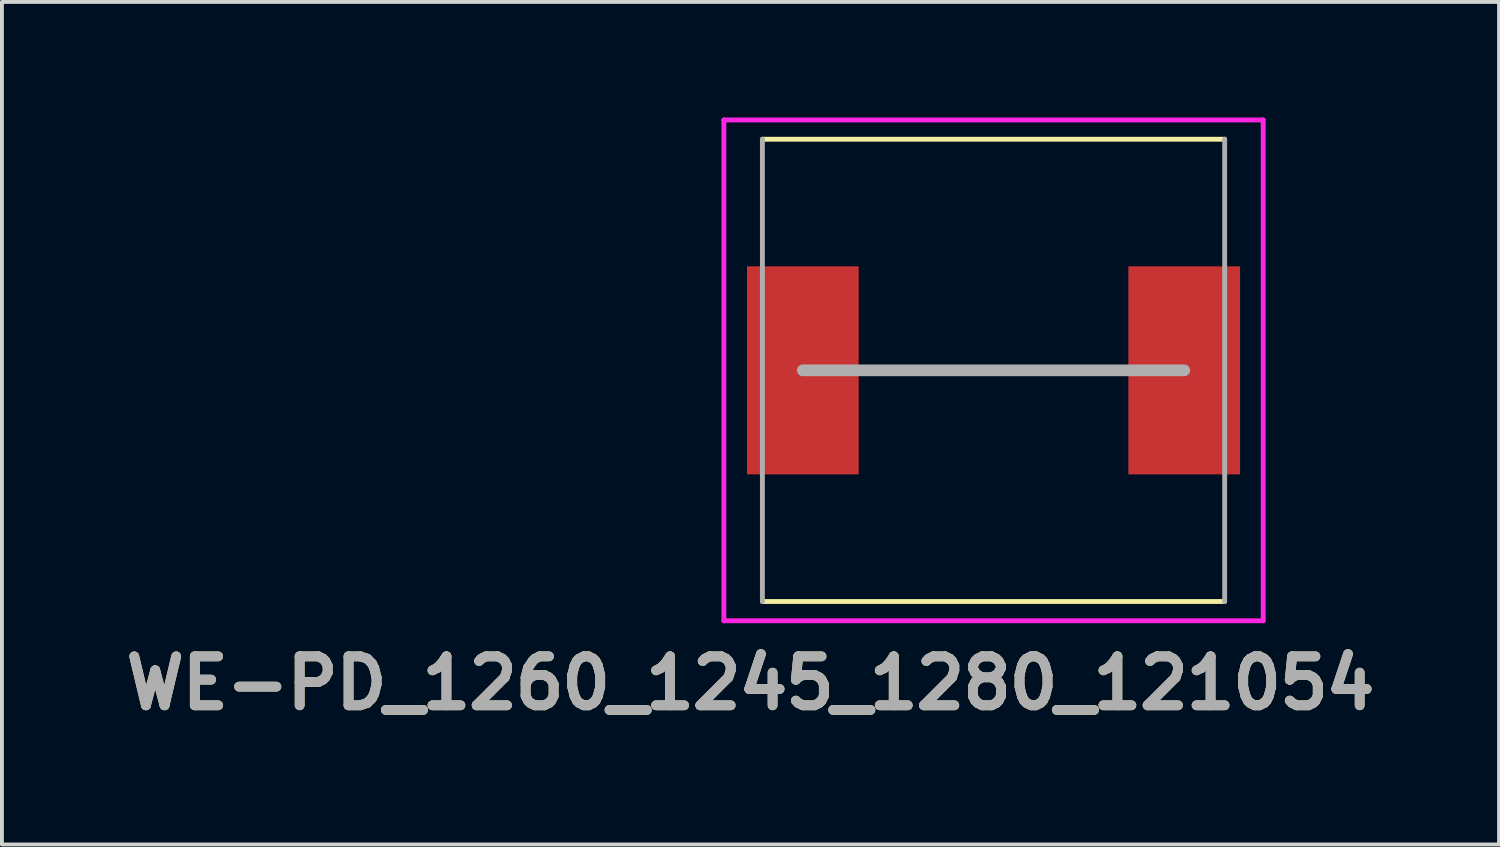
<source format=kicad_pcb>
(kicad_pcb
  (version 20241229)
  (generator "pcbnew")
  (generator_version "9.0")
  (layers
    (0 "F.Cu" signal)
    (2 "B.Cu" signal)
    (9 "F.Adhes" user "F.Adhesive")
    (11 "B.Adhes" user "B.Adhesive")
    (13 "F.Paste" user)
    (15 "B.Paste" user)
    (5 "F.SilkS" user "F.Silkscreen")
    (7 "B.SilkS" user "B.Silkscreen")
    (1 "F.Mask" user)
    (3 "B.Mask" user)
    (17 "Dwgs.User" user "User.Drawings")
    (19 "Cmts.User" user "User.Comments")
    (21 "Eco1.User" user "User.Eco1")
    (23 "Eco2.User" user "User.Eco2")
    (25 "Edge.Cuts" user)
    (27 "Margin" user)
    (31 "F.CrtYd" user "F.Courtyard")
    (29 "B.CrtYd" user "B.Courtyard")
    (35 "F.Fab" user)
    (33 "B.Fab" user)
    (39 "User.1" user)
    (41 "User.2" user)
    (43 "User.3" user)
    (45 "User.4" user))
  (footprint "WE-PD_1260_1245_1280_121054"
    (layer "F.Cu")
    (at 22.741 6.564)
    (property "Reference" "WE-PD_1260_1245_1280_121054" (at -6.31 8.12 0) (layer "F.SilkS") (effects (font (size 1.27 1.27) (thickness 0.254))))
    (attr smd)
    (fp_line (start -6 6) (end 6 6) (stroke (width 0.127) (type solid)) (layer "F.SilkS"))
    (fp_line (start 6 -6) (end -6 -6) (stroke (width 0.127) (type solid)) (layer "F.SilkS"))
    (fp_line (start -7 -6.5) (end -7 6.5) (stroke (width 0.127) (type solid)) (layer "F.CrtYd"))
    (fp_line (start -7 6.5) (end 7 6.5) (stroke (width 0.127) (type solid)) (layer "F.CrtYd"))
    (fp_line (start 7 -6.5) (end -7 -6.5) (stroke (width 0.127) (type solid)) (layer "F.CrtYd"))
    (fp_line (start 7 6.5) (end 7 -6.5) (stroke (width 0.127) (type solid)) (layer "F.CrtYd"))
    (fp_line (start -6 -6) (end -6 6) (stroke (width 0.127) (type solid)) (layer "F.Fab"))
    (fp_line (start 4.95 0) (end -4.95 0) (stroke (width 0.305) (type solid)) (layer "F.Fab"))
    (fp_line (start 6 6) (end 6 -6) (stroke (width 0.127) (type solid)) (layer "F.Fab"))
    (fp_text user "${REFERENCE}" (at -6.31 8.12 0) (layer "F.Fab") (effects (font (size 1.27 1.27) (thickness 0.254))))
    (pad "1" smd rect (at -4.95 0) (size 2.9 5.4) (layers "F.Cu" "F.Mask" "F.Paste"))
    (pad "2" smd rect (at 4.95 0) (size 2.9 5.4) (layers "F.Cu" "F.Mask" "F.Paste")))
  (gr_rect
    (start -3 -3)
    (end 35.863 18.872)
    (stroke (width 0.1) (type default))
    (fill no)
    (layer "Edge.Cuts")))
</source>
